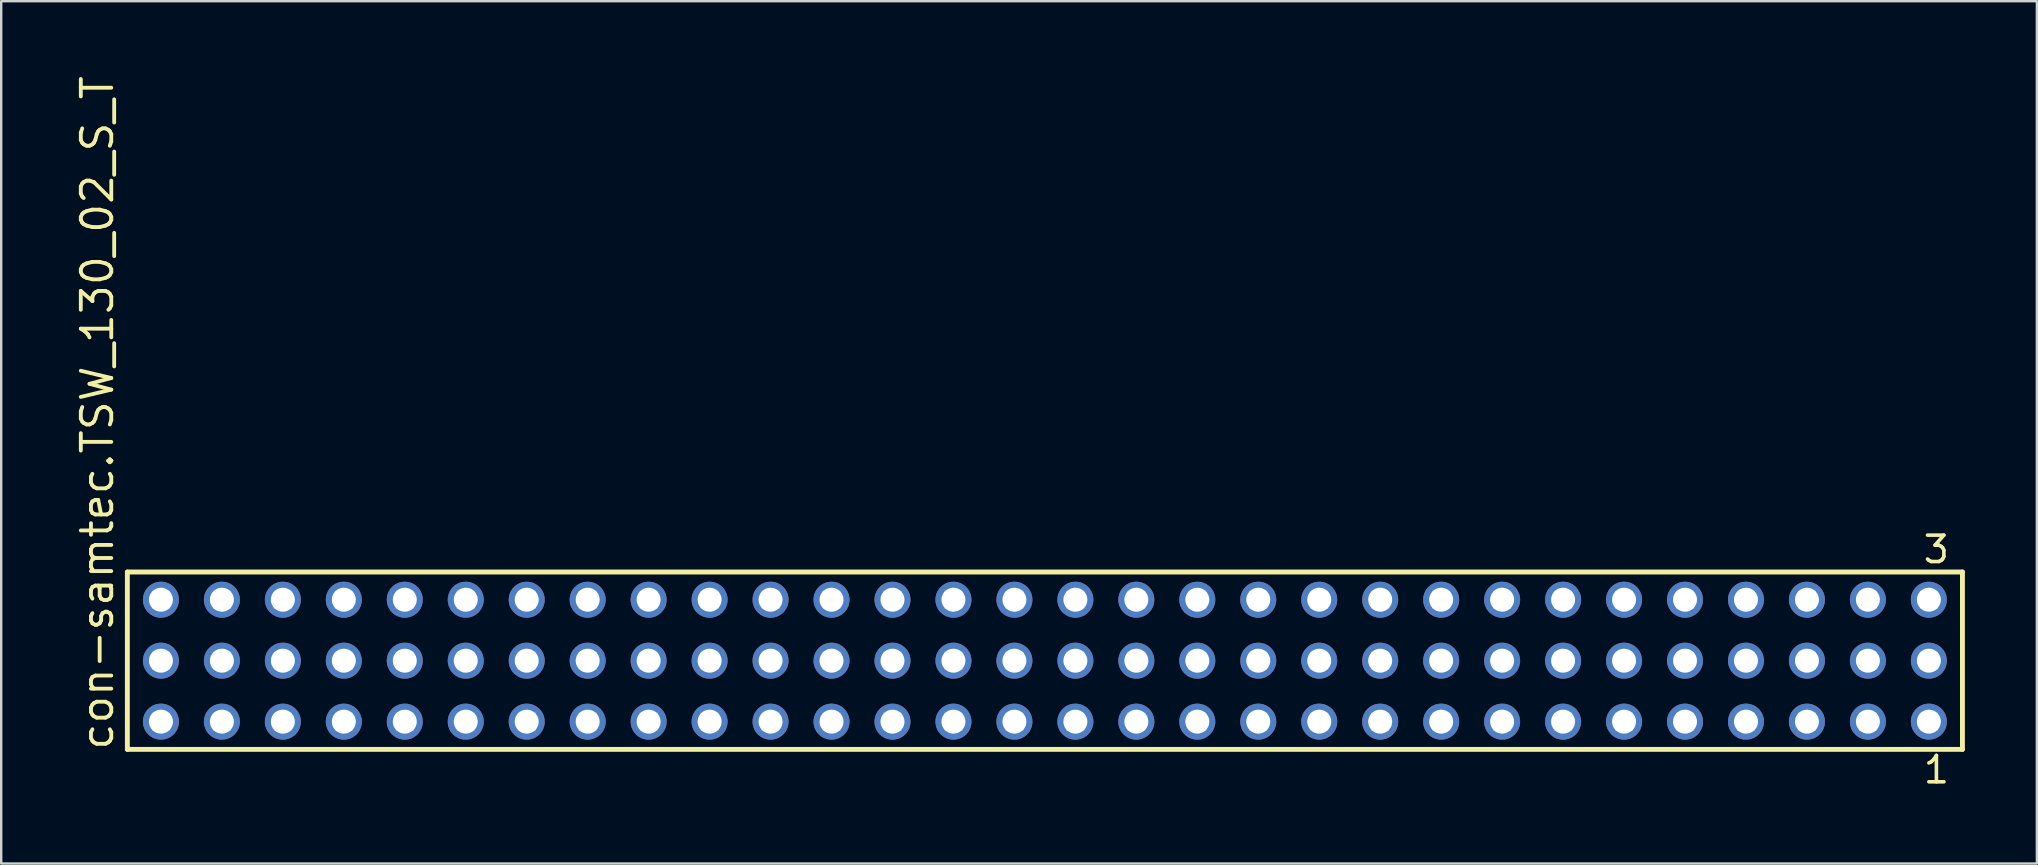
<source format=kicad_pcb>
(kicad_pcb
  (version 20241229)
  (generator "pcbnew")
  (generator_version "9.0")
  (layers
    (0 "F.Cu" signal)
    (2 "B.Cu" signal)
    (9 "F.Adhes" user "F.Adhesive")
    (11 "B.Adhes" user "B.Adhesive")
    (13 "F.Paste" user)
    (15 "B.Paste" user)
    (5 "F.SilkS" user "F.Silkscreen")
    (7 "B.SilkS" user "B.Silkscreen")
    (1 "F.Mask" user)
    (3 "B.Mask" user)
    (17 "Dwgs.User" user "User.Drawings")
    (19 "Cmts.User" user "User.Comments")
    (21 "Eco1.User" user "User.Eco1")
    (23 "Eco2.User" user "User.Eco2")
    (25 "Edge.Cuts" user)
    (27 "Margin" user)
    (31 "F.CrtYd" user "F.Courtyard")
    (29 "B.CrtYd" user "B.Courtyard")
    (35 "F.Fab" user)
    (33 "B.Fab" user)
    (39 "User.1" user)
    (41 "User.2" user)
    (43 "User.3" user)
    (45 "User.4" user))
  (footprint "con-samtec.TSW_130_02_S_T"
    (layer "F.Cu")
    (at 40.485 24.477)
    (property "Reference" "con-samtec.TSW_130_02_S_T" (at -38.735 3.81 90) (layer "F.SilkS") (effects (font (size 1.27 1.27) (thickness 0.16)) (justify left bottom)))
    (attr through_hole)
    (fp_line (start -38.229 -3.695) (end 38.229 -3.695) (stroke (width 0.203) (type default)) (layer "F.SilkS"))
    (fp_line (start -38.229 3.695) (end -38.229 -3.695) (stroke (width 0.203) (type default)) (layer "F.SilkS"))
    (fp_line (start 38.229 -3.695) (end 38.229 3.695) (stroke (width 0.203) (type default)) (layer "F.SilkS"))
    (fp_line (start 38.229 3.695) (end -38.229 3.695) (stroke (width 0.203) (type default)) (layer "F.SilkS"))
    (fp_rect (start -37.18 -2.19) (end -36.48 -2.89) (stroke (width 0.05) (type default)) (fill no) (layer "F.Fab"))
    (fp_rect (start -37.18 0.35) (end -36.48 -0.35) (stroke (width 0.05) (type default)) (fill no) (layer "F.Fab"))
    (fp_rect (start -37.18 2.89) (end -36.48 2.19) (stroke (width 0.05) (type default)) (fill no) (layer "F.Fab"))
    (fp_rect (start -34.64 -2.19) (end -33.94 -2.89) (stroke (width 0.05) (type default)) (fill no) (layer "F.Fab"))
    (fp_rect (start -34.64 0.35) (end -33.94 -0.35) (stroke (width 0.05) (type default)) (fill no) (layer "F.Fab"))
    (fp_rect (start -34.64 2.89) (end -33.94 2.19) (stroke (width 0.05) (type default)) (fill no) (layer "F.Fab"))
    (fp_rect (start -32.1 -2.19) (end -31.4 -2.89) (stroke (width 0.05) (type default)) (fill no) (layer "F.Fab"))
    (fp_rect (start -32.1 0.35) (end -31.4 -0.35) (stroke (width 0.05) (type default)) (fill no) (layer "F.Fab"))
    (fp_rect (start -32.1 2.89) (end -31.4 2.19) (stroke (width 0.05) (type default)) (fill no) (layer "F.Fab"))
    (fp_rect (start -29.56 -2.19) (end -28.86 -2.89) (stroke (width 0.05) (type default)) (fill no) (layer "F.Fab"))
    (fp_rect (start -29.56 0.35) (end -28.86 -0.35) (stroke (width 0.05) (type default)) (fill no) (layer "F.Fab"))
    (fp_rect (start -29.56 2.89) (end -28.86 2.19) (stroke (width 0.05) (type default)) (fill no) (layer "F.Fab"))
    (fp_rect (start -27.02 -2.19) (end -26.32 -2.89) (stroke (width 0.05) (type default)) (fill no) (layer "F.Fab"))
    (fp_rect (start -27.02 0.35) (end -26.32 -0.35) (stroke (width 0.05) (type default)) (fill no) (layer "F.Fab"))
    (fp_rect (start -27.02 2.89) (end -26.32 2.19) (stroke (width 0.05) (type default)) (fill no) (layer "F.Fab"))
    (fp_rect (start -24.48 -2.19) (end -23.78 -2.89) (stroke (width 0.05) (type default)) (fill no) (layer "F.Fab"))
    (fp_rect (start -24.48 0.35) (end -23.78 -0.35) (stroke (width 0.05) (type default)) (fill no) (layer "F.Fab"))
    (fp_rect (start -24.48 2.89) (end -23.78 2.19) (stroke (width 0.05) (type default)) (fill no) (layer "F.Fab"))
    (fp_rect (start -21.94 -2.19) (end -21.24 -2.89) (stroke (width 0.05) (type default)) (fill no) (layer "F.Fab"))
    (fp_rect (start -21.94 0.35) (end -21.24 -0.35) (stroke (width 0.05) (type default)) (fill no) (layer "F.Fab"))
    (fp_rect (start -21.94 2.89) (end -21.24 2.19) (stroke (width 0.05) (type default)) (fill no) (layer "F.Fab"))
    (fp_rect (start -19.4 -2.19) (end -18.7 -2.89) (stroke (width 0.05) (type default)) (fill no) (layer "F.Fab"))
    (fp_rect (start -19.4 0.35) (end -18.7 -0.35) (stroke (width 0.05) (type default)) (fill no) (layer "F.Fab"))
    (fp_rect (start -19.4 2.89) (end -18.7 2.19) (stroke (width 0.05) (type default)) (fill no) (layer "F.Fab"))
    (fp_rect (start -16.86 -2.19) (end -16.16 -2.89) (stroke (width 0.05) (type default)) (fill no) (layer "F.Fab"))
    (fp_rect (start -16.86 0.35) (end -16.16 -0.35) (stroke (width 0.05) (type default)) (fill no) (layer "F.Fab"))
    (fp_rect (start -16.86 2.89) (end -16.16 2.19) (stroke (width 0.05) (type default)) (fill no) (layer "F.Fab"))
    (fp_rect (start -14.32 -2.19) (end -13.62 -2.89) (stroke (width 0.05) (type default)) (fill no) (layer "F.Fab"))
    (fp_rect (start -14.32 0.35) (end -13.62 -0.35) (stroke (width 0.05) (type default)) (fill no) (layer "F.Fab"))
    (fp_rect (start -14.32 2.89) (end -13.62 2.19) (stroke (width 0.05) (type default)) (fill no) (layer "F.Fab"))
    (fp_rect (start -11.78 -2.19) (end -11.08 -2.89) (stroke (width 0.05) (type default)) (fill no) (layer "F.Fab"))
    (fp_rect (start -11.78 0.35) (end -11.08 -0.35) (stroke (width 0.05) (type default)) (fill no) (layer "F.Fab"))
    (fp_rect (start -11.78 2.89) (end -11.08 2.19) (stroke (width 0.05) (type default)) (fill no) (layer "F.Fab"))
    (fp_rect (start -9.24 -2.19) (end -8.54 -2.89) (stroke (width 0.05) (type default)) (fill no) (layer "F.Fab"))
    (fp_rect (start -9.24 0.35) (end -8.54 -0.35) (stroke (width 0.05) (type default)) (fill no) (layer "F.Fab"))
    (fp_rect (start -9.24 2.89) (end -8.54 2.19) (stroke (width 0.05) (type default)) (fill no) (layer "F.Fab"))
    (fp_rect (start -6.7 -2.19) (end -6 -2.89) (stroke (width 0.05) (type default)) (fill no) (layer "F.Fab"))
    (fp_rect (start -6.7 0.35) (end -6 -0.35) (stroke (width 0.05) (type default)) (fill no) (layer "F.Fab"))
    (fp_rect (start -6.7 2.89) (end -6 2.19) (stroke (width 0.05) (type default)) (fill no) (layer "F.Fab"))
    (fp_rect (start -4.16 -2.19) (end -3.46 -2.89) (stroke (width 0.05) (type default)) (fill no) (layer "F.Fab"))
    (fp_rect (start -4.16 0.35) (end -3.46 -0.35) (stroke (width 0.05) (type default)) (fill no) (layer "F.Fab"))
    (fp_rect (start -4.16 2.89) (end -3.46 2.19) (stroke (width 0.05) (type default)) (fill no) (layer "F.Fab"))
    (fp_rect (start -1.62 -2.19) (end -0.92 -2.89) (stroke (width 0.05) (type default)) (fill no) (layer "F.Fab"))
    (fp_rect (start -1.62 0.35) (end -0.92 -0.35) (stroke (width 0.05) (type default)) (fill no) (layer "F.Fab"))
    (fp_rect (start -1.62 2.89) (end -0.92 2.19) (stroke (width 0.05) (type default)) (fill no) (layer "F.Fab"))
    (fp_rect (start 0.92 -2.19) (end 1.62 -2.89) (stroke (width 0.05) (type default)) (fill no) (layer "F.Fab"))
    (fp_rect (start 0.92 0.35) (end 1.62 -0.35) (stroke (width 0.05) (type default)) (fill no) (layer "F.Fab"))
    (fp_rect (start 0.92 2.89) (end 1.62 2.19) (stroke (width 0.05) (type default)) (fill no) (layer "F.Fab"))
    (fp_rect (start 3.46 -2.19) (end 4.16 -2.89) (stroke (width 0.05) (type default)) (fill no) (layer "F.Fab"))
    (fp_rect (start 3.46 0.35) (end 4.16 -0.35) (stroke (width 0.05) (type default)) (fill no) (layer "F.Fab"))
    (fp_rect (start 3.46 2.89) (end 4.16 2.19) (stroke (width 0.05) (type default)) (fill no) (layer "F.Fab"))
    (fp_rect (start 6 -2.19) (end 6.7 -2.89) (stroke (width 0.05) (type default)) (fill no) (layer "F.Fab"))
    (fp_rect (start 6 0.35) (end 6.7 -0.35) (stroke (width 0.05) (type default)) (fill no) (layer "F.Fab"))
    (fp_rect (start 6 2.89) (end 6.7 2.19) (stroke (width 0.05) (type default)) (fill no) (layer "F.Fab"))
    (fp_rect (start 8.54 -2.19) (end 9.24 -2.89) (stroke (width 0.05) (type default)) (fill no) (layer "F.Fab"))
    (fp_rect (start 8.54 0.35) (end 9.24 -0.35) (stroke (width 0.05) (type default)) (fill no) (layer "F.Fab"))
    (fp_rect (start 8.54 2.89) (end 9.24 2.19) (stroke (width 0.05) (type default)) (fill no) (layer "F.Fab"))
    (fp_rect (start 11.08 -2.19) (end 11.78 -2.89) (stroke (width 0.05) (type default)) (fill no) (layer "F.Fab"))
    (fp_rect (start 11.08 0.35) (end 11.78 -0.35) (stroke (width 0.05) (type default)) (fill no) (layer "F.Fab"))
    (fp_rect (start 11.08 2.89) (end 11.78 2.19) (stroke (width 0.05) (type default)) (fill no) (layer "F.Fab"))
    (fp_rect (start 13.62 -2.19) (end 14.32 -2.89) (stroke (width 0.05) (type default)) (fill no) (layer "F.Fab"))
    (fp_rect (start 13.62 0.35) (end 14.32 -0.35) (stroke (width 0.05) (type default)) (fill no) (layer "F.Fab"))
    (fp_rect (start 13.62 2.89) (end 14.32 2.19) (stroke (width 0.05) (type default)) (fill no) (layer "F.Fab"))
    (fp_rect (start 16.16 -2.19) (end 16.86 -2.89) (stroke (width 0.05) (type default)) (fill no) (layer "F.Fab"))
    (fp_rect (start 16.16 0.35) (end 16.86 -0.35) (stroke (width 0.05) (type default)) (fill no) (layer "F.Fab"))
    (fp_rect (start 16.16 2.89) (end 16.86 2.19) (stroke (width 0.05) (type default)) (fill no) (layer "F.Fab"))
    (fp_rect (start 18.7 -2.19) (end 19.4 -2.89) (stroke (width 0.05) (type default)) (fill no) (layer "F.Fab"))
    (fp_rect (start 18.7 0.35) (end 19.4 -0.35) (stroke (width 0.05) (type default)) (fill no) (layer "F.Fab"))
    (fp_rect (start 18.7 2.89) (end 19.4 2.19) (stroke (width 0.05) (type default)) (fill no) (layer "F.Fab"))
    (fp_rect (start 21.24 -2.19) (end 21.94 -2.89) (stroke (width 0.05) (type default)) (fill no) (layer "F.Fab"))
    (fp_rect (start 21.24 0.35) (end 21.94 -0.35) (stroke (width 0.05) (type default)) (fill no) (layer "F.Fab"))
    (fp_rect (start 21.24 2.89) (end 21.94 2.19) (stroke (width 0.05) (type default)) (fill no) (layer "F.Fab"))
    (fp_rect (start 23.78 -2.19) (end 24.48 -2.89) (stroke (width 0.05) (type default)) (fill no) (layer "F.Fab"))
    (fp_rect (start 23.78 0.35) (end 24.48 -0.35) (stroke (width 0.05) (type default)) (fill no) (layer "F.Fab"))
    (fp_rect (start 23.78 2.89) (end 24.48 2.19) (stroke (width 0.05) (type default)) (fill no) (layer "F.Fab"))
    (fp_rect (start 26.32 -2.19) (end 27.02 -2.89) (stroke (width 0.05) (type default)) (fill no) (layer "F.Fab"))
    (fp_rect (start 26.32 0.35) (end 27.02 -0.35) (stroke (width 0.05) (type default)) (fill no) (layer "F.Fab"))
    (fp_rect (start 26.32 2.89) (end 27.02 2.19) (stroke (width 0.05) (type default)) (fill no) (layer "F.Fab"))
    (fp_rect (start 28.86 -2.19) (end 29.56 -2.89) (stroke (width 0.05) (type default)) (fill no) (layer "F.Fab"))
    (fp_rect (start 28.86 0.35) (end 29.56 -0.35) (stroke (width 0.05) (type default)) (fill no) (layer "F.Fab"))
    (fp_rect (start 28.86 2.89) (end 29.56 2.19) (stroke (width 0.05) (type default)) (fill no) (layer "F.Fab"))
    (fp_rect (start 31.4 -2.19) (end 32.1 -2.89) (stroke (width 0.05) (type default)) (fill no) (layer "F.Fab"))
    (fp_rect (start 31.4 0.35) (end 32.1 -0.35) (stroke (width 0.05) (type default)) (fill no) (layer "F.Fab"))
    (fp_rect (start 31.4 2.89) (end 32.1 2.19) (stroke (width 0.05) (type default)) (fill no) (layer "F.Fab"))
    (fp_rect (start 33.94 -2.19) (end 34.64 -2.89) (stroke (width 0.05) (type default)) (fill no) (layer "F.Fab"))
    (fp_rect (start 33.94 0.35) (end 34.64 -0.35) (stroke (width 0.05) (type default)) (fill no) (layer "F.Fab"))
    (fp_rect (start 33.94 2.89) (end 34.64 2.19) (stroke (width 0.05) (type default)) (fill no) (layer "F.Fab"))
    (fp_rect (start 36.48 -2.19) (end 37.18 -2.89) (stroke (width 0.05) (type default)) (fill no) (layer "F.Fab"))
    (fp_rect (start 36.48 0.35) (end 37.18 -0.35) (stroke (width 0.05) (type default)) (fill no) (layer "F.Fab"))
    (fp_rect (start 36.48 2.89) (end 37.18 2.19) (stroke (width 0.05) (type default)) (fill no) (layer "F.Fab"))
    (fp_text user "1" (at 36.522 5.188 0) (layer "F.SilkS") (effects (font (size 1.1 1.1) (thickness 0.15)) (justify left bottom)))
    (fp_text user "3" (at 36.518 -3.989 0) (layer "F.SilkS") (effects (font (size 1.1 1.1) (thickness 0.15)) (justify left bottom)))
    (pad "1" thru_hole circle (at 36.83 2.54 180) (size 1.5 1.5) (drill 1) (layers "*.Cu" "*.Mask"))
    (pad "2" thru_hole circle (at 36.83 0 180) (size 1.5 1.5) (drill 1) (layers "*.Cu" "*.Mask"))
    (pad "3" thru_hole circle (at 36.83 -2.54 180) (size 1.5 1.5) (drill 1) (layers "*.Cu" "*.Mask"))
    (pad "4" thru_hole circle (at 34.29 2.54 180) (size 1.5 1.5) (drill 1) (layers "*.Cu" "*.Mask"))
    (pad "5" thru_hole circle (at 34.29 0 180) (size 1.5 1.5) (drill 1) (layers "*.Cu" "*.Mask"))
    (pad "6" thru_hole circle (at 34.29 -2.54 180) (size 1.5 1.5) (drill 1) (layers "*.Cu" "*.Mask"))
    (pad "7" thru_hole circle (at 31.75 2.54 180) (size 1.5 1.5) (drill 1) (layers "*.Cu" "*.Mask"))
    (pad "8" thru_hole circle (at 31.75 0 180) (size 1.5 1.5) (drill 1) (layers "*.Cu" "*.Mask"))
    (pad "9" thru_hole circle (at 31.75 -2.54 180) (size 1.5 1.5) (drill 1) (layers "*.Cu" "*.Mask"))
    (pad "10" thru_hole circle (at 29.21 2.54 180) (size 1.5 1.5) (drill 1) (layers "*.Cu" "*.Mask"))
    (pad "11" thru_hole circle (at 29.21 0 180) (size 1.5 1.5) (drill 1) (layers "*.Cu" "*.Mask"))
    (pad "12" thru_hole circle (at 29.21 -2.54 180) (size 1.5 1.5) (drill 1) (layers "*.Cu" "*.Mask"))
    (pad "13" thru_hole circle (at 26.67 2.54 180) (size 1.5 1.5) (drill 1) (layers "*.Cu" "*.Mask"))
    (pad "14" thru_hole circle (at 26.67 0 180) (size 1.5 1.5) (drill 1) (layers "*.Cu" "*.Mask"))
    (pad "15" thru_hole circle (at 26.67 -2.54 180) (size 1.5 1.5) (drill 1) (layers "*.Cu" "*.Mask"))
    (pad "16" thru_hole circle (at 24.13 2.54 180) (size 1.5 1.5) (drill 1) (layers "*.Cu" "*.Mask"))
    (pad "17" thru_hole circle (at 24.13 0 180) (size 1.5 1.5) (drill 1) (layers "*.Cu" "*.Mask"))
    (pad "18" thru_hole circle (at 24.13 -2.54 180) (size 1.5 1.5) (drill 1) (layers "*.Cu" "*.Mask"))
    (pad "19" thru_hole circle (at 21.59 2.54 180) (size 1.5 1.5) (drill 1) (layers "*.Cu" "*.Mask"))
    (pad "20" thru_hole circle (at 21.59 0 180) (size 1.5 1.5) (drill 1) (layers "*.Cu" "*.Mask"))
    (pad "21" thru_hole circle (at 21.59 -2.54 180) (size 1.5 1.5) (drill 1) (layers "*.Cu" "*.Mask"))
    (pad "22" thru_hole circle (at 19.05 2.54 180) (size 1.5 1.5) (drill 1) (layers "*.Cu" "*.Mask"))
    (pad "23" thru_hole circle (at 19.05 0 180) (size 1.5 1.5) (drill 1) (layers "*.Cu" "*.Mask"))
    (pad "24" thru_hole circle (at 19.05 -2.54 180) (size 1.5 1.5) (drill 1) (layers "*.Cu" "*.Mask"))
    (pad "25" thru_hole circle (at 16.51 2.54 180) (size 1.5 1.5) (drill 1) (layers "*.Cu" "*.Mask"))
    (pad "26" thru_hole circle (at 16.51 0 180) (size 1.5 1.5) (drill 1) (layers "*.Cu" "*.Mask"))
    (pad "27" thru_hole circle (at 16.51 -2.54 180) (size 1.5 1.5) (drill 1) (layers "*.Cu" "*.Mask"))
    (pad "28" thru_hole circle (at 13.97 2.54 180) (size 1.5 1.5) (drill 1) (layers "*.Cu" "*.Mask"))
    (pad "29" thru_hole circle (at 13.97 0 180) (size 1.5 1.5) (drill 1) (layers "*.Cu" "*.Mask"))
    (pad "30" thru_hole circle (at 13.97 -2.54 180) (size 1.5 1.5) (drill 1) (layers "*.Cu" "*.Mask"))
    (pad "31" thru_hole circle (at 11.43 2.54 180) (size 1.5 1.5) (drill 1) (layers "*.Cu" "*.Mask"))
    (pad "32" thru_hole circle (at 11.43 0 180) (size 1.5 1.5) (drill 1) (layers "*.Cu" "*.Mask"))
    (pad "33" thru_hole circle (at 11.43 -2.54 180) (size 1.5 1.5) (drill 1) (layers "*.Cu" "*.Mask"))
    (pad "34" thru_hole circle (at 8.89 2.54 180) (size 1.5 1.5) (drill 1) (layers "*.Cu" "*.Mask"))
    (pad "35" thru_hole circle (at 8.89 0 180) (size 1.5 1.5) (drill 1) (layers "*.Cu" "*.Mask"))
    (pad "36" thru_hole circle (at 8.89 -2.54 180) (size 1.5 1.5) (drill 1) (layers "*.Cu" "*.Mask"))
    (pad "37" thru_hole circle (at 6.35 2.54 180) (size 1.5 1.5) (drill 1) (layers "*.Cu" "*.Mask"))
    (pad "38" thru_hole circle (at 6.35 0 180) (size 1.5 1.5) (drill 1) (layers "*.Cu" "*.Mask"))
    (pad "39" thru_hole circle (at 6.35 -2.54 180) (size 1.5 1.5) (drill 1) (layers "*.Cu" "*.Mask"))
    (pad "40" thru_hole circle (at 3.81 2.54 180) (size 1.5 1.5) (drill 1) (layers "*.Cu" "*.Mask"))
    (pad "41" thru_hole circle (at 3.81 0 180) (size 1.5 1.5) (drill 1) (layers "*.Cu" "*.Mask"))
    (pad "42" thru_hole circle (at 3.81 -2.54 180) (size 1.5 1.5) (drill 1) (layers "*.Cu" "*.Mask"))
    (pad "43" thru_hole circle (at 1.27 2.54 180) (size 1.5 1.5) (drill 1) (layers "*.Cu" "*.Mask"))
    (pad "44" thru_hole circle (at 1.27 0 180) (size 1.5 1.5) (drill 1) (layers "*.Cu" "*.Mask"))
    (pad "45" thru_hole circle (at 1.27 -2.54 180) (size 1.5 1.5) (drill 1) (layers "*.Cu" "*.Mask"))
    (pad "46" thru_hole circle (at -1.27 2.54 180) (size 1.5 1.5) (drill 1) (layers "*.Cu" "*.Mask"))
    (pad "47" thru_hole circle (at -1.27 0 180) (size 1.5 1.5) (drill 1) (layers "*.Cu" "*.Mask"))
    (pad "48" thru_hole circle (at -1.27 -2.54 180) (size 1.5 1.5) (drill 1) (layers "*.Cu" "*.Mask"))
    (pad "49" thru_hole circle (at -3.81 2.54 180) (size 1.5 1.5) (drill 1) (layers "*.Cu" "*.Mask"))
    (pad "50" thru_hole circle (at -3.81 0 180) (size 1.5 1.5) (drill 1) (layers "*.Cu" "*.Mask"))
    (pad "51" thru_hole circle (at -3.81 -2.54 180) (size 1.5 1.5) (drill 1) (layers "*.Cu" "*.Mask"))
    (pad "52" thru_hole circle (at -6.35 2.54 180) (size 1.5 1.5) (drill 1) (layers "*.Cu" "*.Mask"))
    (pad "53" thru_hole circle (at -6.35 0 180) (size 1.5 1.5) (drill 1) (layers "*.Cu" "*.Mask"))
    (pad "54" thru_hole circle (at -6.35 -2.54 180) (size 1.5 1.5) (drill 1) (layers "*.Cu" "*.Mask"))
    (pad "55" thru_hole circle (at -8.89 2.54 180) (size 1.5 1.5) (drill 1) (layers "*.Cu" "*.Mask"))
    (pad "56" thru_hole circle (at -8.89 0 180) (size 1.5 1.5) (drill 1) (layers "*.Cu" "*.Mask"))
    (pad "57" thru_hole circle (at -8.89 -2.54 180) (size 1.5 1.5) (drill 1) (layers "*.Cu" "*.Mask"))
    (pad "58" thru_hole circle (at -11.43 2.54 180) (size 1.5 1.5) (drill 1) (layers "*.Cu" "*.Mask"))
    (pad "59" thru_hole circle (at -11.43 0 180) (size 1.5 1.5) (drill 1) (layers "*.Cu" "*.Mask"))
    (pad "60" thru_hole circle (at -11.43 -2.54 180) (size 1.5 1.5) (drill 1) (layers "*.Cu" "*.Mask"))
    (pad "61" thru_hole circle (at -13.97 2.54 180) (size 1.5 1.5) (drill 1) (layers "*.Cu" "*.Mask"))
    (pad "62" thru_hole circle (at -13.97 0 180) (size 1.5 1.5) (drill 1) (layers "*.Cu" "*.Mask"))
    (pad "63" thru_hole circle (at -13.97 -2.54 180) (size 1.5 1.5) (drill 1) (layers "*.Cu" "*.Mask"))
    (pad "64" thru_hole circle (at -16.51 2.54 180) (size 1.5 1.5) (drill 1) (layers "*.Cu" "*.Mask"))
    (pad "65" thru_hole circle (at -16.51 0 180) (size 1.5 1.5) (drill 1) (layers "*.Cu" "*.Mask"))
    (pad "66" thru_hole circle (at -16.51 -2.54 180) (size 1.5 1.5) (drill 1) (layers "*.Cu" "*.Mask"))
    (pad "67" thru_hole circle (at -19.05 2.54 180) (size 1.5 1.5) (drill 1) (layers "*.Cu" "*.Mask"))
    (pad "68" thru_hole circle (at -19.05 0 180) (size 1.5 1.5) (drill 1) (layers "*.Cu" "*.Mask"))
    (pad "69" thru_hole circle (at -19.05 -2.54 180) (size 1.5 1.5) (drill 1) (layers "*.Cu" "*.Mask"))
    (pad "70" thru_hole circle (at -21.59 2.54 180) (size 1.5 1.5) (drill 1) (layers "*.Cu" "*.Mask"))
    (pad "71" thru_hole circle (at -21.59 0 180) (size 1.5 1.5) (drill 1) (layers "*.Cu" "*.Mask"))
    (pad "72" thru_hole circle (at -21.59 -2.54 180) (size 1.5 1.5) (drill 1) (layers "*.Cu" "*.Mask"))
    (pad "73" thru_hole circle (at -24.13 2.54 180) (size 1.5 1.5) (drill 1) (layers "*.Cu" "*.Mask"))
    (pad "74" thru_hole circle (at -24.13 0 180) (size 1.5 1.5) (drill 1) (layers "*.Cu" "*.Mask"))
    (pad "75" thru_hole circle (at -24.13 -2.54 180) (size 1.5 1.5) (drill 1) (layers "*.Cu" "*.Mask"))
    (pad "76" thru_hole circle (at -26.67 2.54 180) (size 1.5 1.5) (drill 1) (layers "*.Cu" "*.Mask"))
    (pad "77" thru_hole circle (at -26.67 0 180) (size 1.5 1.5) (drill 1) (layers "*.Cu" "*.Mask"))
    (pad "78" thru_hole circle (at -26.67 -2.54 180) (size 1.5 1.5) (drill 1) (layers "*.Cu" "*.Mask"))
    (pad "79" thru_hole circle (at -29.21 2.54 180) (size 1.5 1.5) (drill 1) (layers "*.Cu" "*.Mask"))
    (pad "80" thru_hole circle (at -29.21 0 180) (size 1.5 1.5) (drill 1) (layers "*.Cu" "*.Mask"))
    (pad "81" thru_hole circle (at -29.21 -2.54 180) (size 1.5 1.5) (drill 1) (layers "*.Cu" "*.Mask"))
    (pad "82" thru_hole circle (at -31.75 2.54 180) (size 1.5 1.5) (drill 1) (layers "*.Cu" "*.Mask"))
    (pad "83" thru_hole circle (at -31.75 0 180) (size 1.5 1.5) (drill 1) (layers "*.Cu" "*.Mask"))
    (pad "84" thru_hole circle (at -31.75 -2.54 180) (size 1.5 1.5) (drill 1) (layers "*.Cu" "*.Mask"))
    (pad "85" thru_hole circle (at -34.29 2.54 180) (size 1.5 1.5) (drill 1) (layers "*.Cu" "*.Mask"))
    (pad "86" thru_hole circle (at -34.29 0 180) (size 1.5 1.5) (drill 1) (layers "*.Cu" "*.Mask"))
    (pad "87" thru_hole circle (at -34.29 -2.54 180) (size 1.5 1.5) (drill 1) (layers "*.Cu" "*.Mask"))
    (pad "88" thru_hole circle (at -36.83 2.54 180) (size 1.5 1.5) (drill 1) (layers "*.Cu" "*.Mask"))
    (pad "89" thru_hole circle (at -36.83 0 180) (size 1.5 1.5) (drill 1) (layers "*.Cu" "*.Mask"))
    (pad "90" thru_hole circle (at -36.83 -2.54 180) (size 1.5 1.5) (drill 1) (layers "*.Cu" "*.Mask")))
  (gr_rect
    (start -3 -3)
    (end 81.816 32.928)
    (stroke (width 0.1) (type default))
    (fill no)
    (layer "Edge.Cuts")))
</source>
